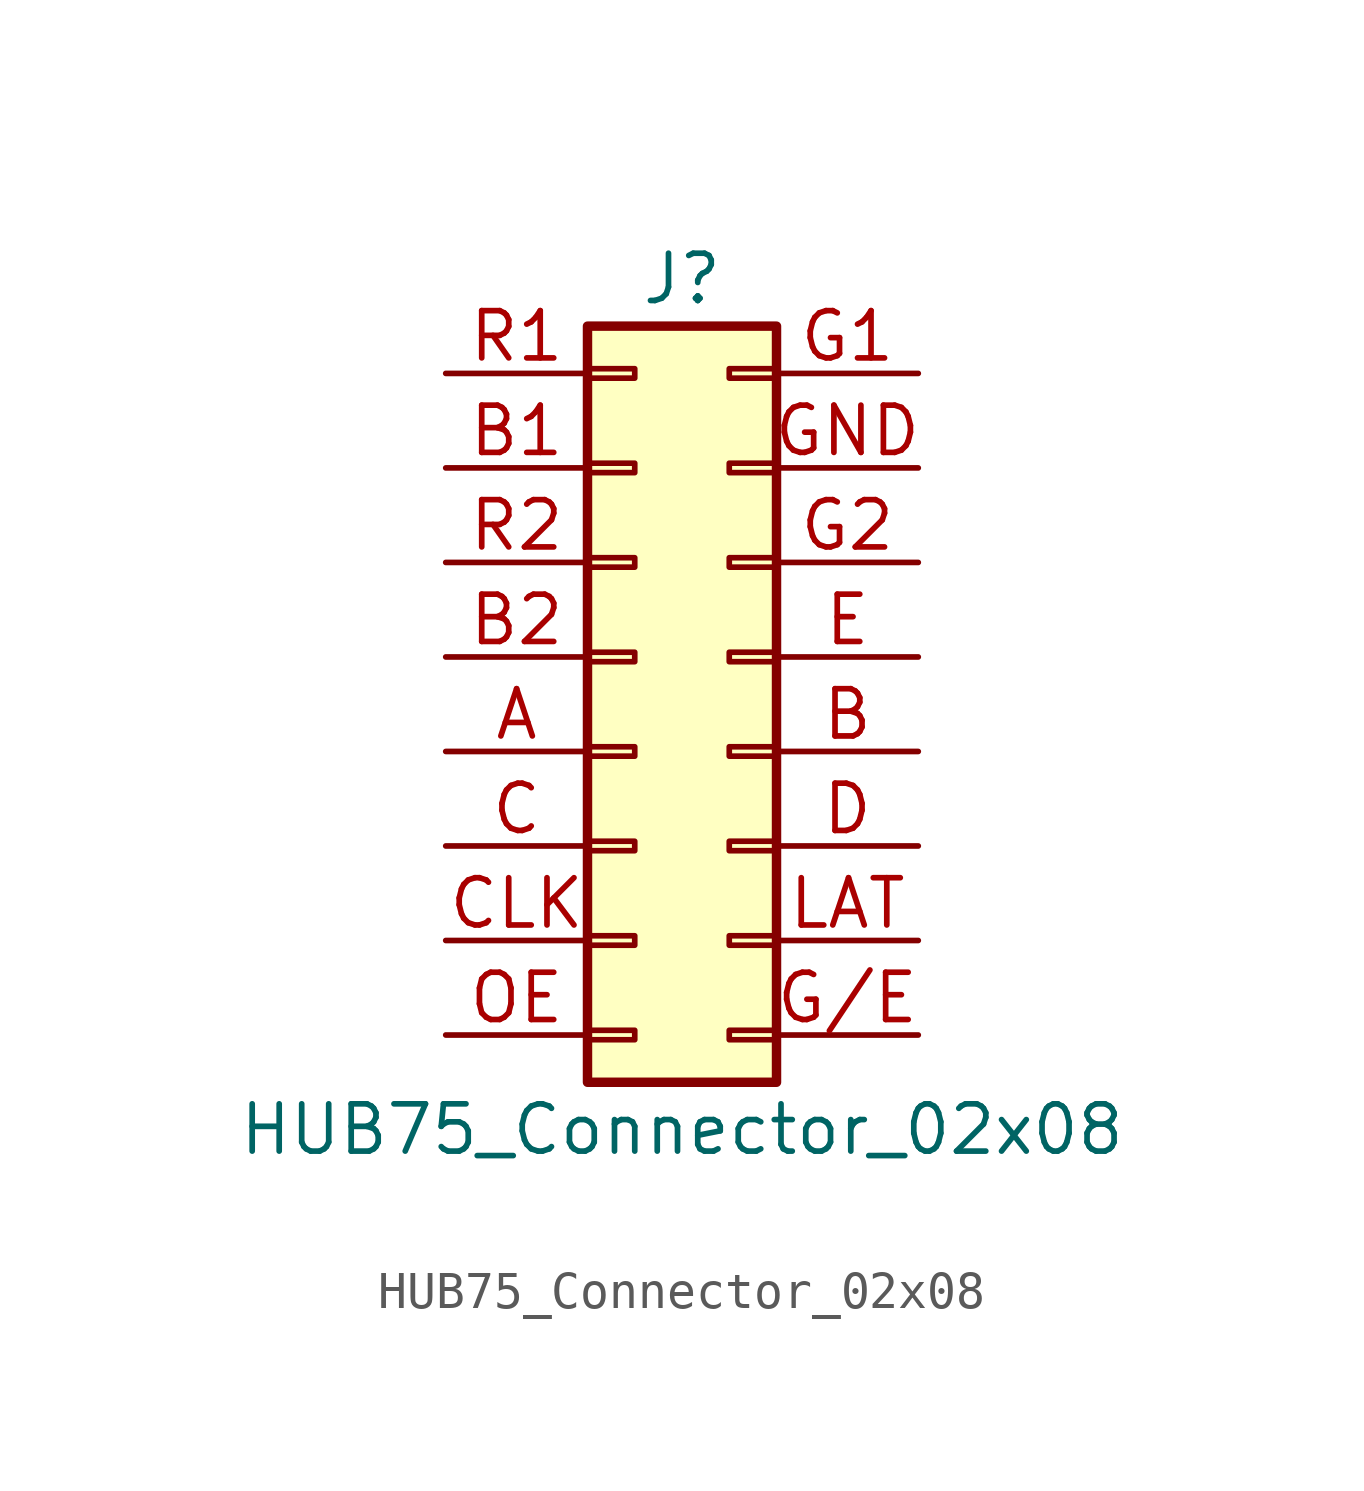
<source format=kicad_sym>
(kicad_symbol_lib
  (version 20231120)
  (generator "kicad_symbol_editor")
  (generator_version "8.0")
  (symbol "HUB75_Connector_02x08"
    (pin_names
      (offset 1.016) hide)
    (property "Reference" "J"
      (at 1.27 10.16 0)
      (effects (font (size 1.27 1.27))))
    (property "Value" "HUB75_Connector_02x08"
      (at 1.27 -12.7 0)
      (effects (font (size 1.27 1.27))))
    (symbol "HUB75_Connector_02x08_1_1"
      (rectangle (start -1.27 -10.033) (end 0 -10.287) (stroke (width 0.152) (type default)) (fill (type none)))
      (rectangle (start -1.27 -7.493) (end 0 -7.747) (stroke (width 0.152) (type default)) (fill (type none)))
      (rectangle (start -1.27 -4.953) (end 0 -5.207) (stroke (width 0.152) (type default)) (fill (type none)))
      (rectangle (start -1.27 -2.413) (end 0 -2.667) (stroke (width 0.152) (type default)) (fill (type none)))
      (rectangle (start -1.27 0.127) (end 0 -0.127) (stroke (width 0.152) (type default)) (fill (type none)))
      (rectangle (start -1.27 2.667) (end 0 2.413) (stroke (width 0.152) (type default)) (fill (type none)))
      (rectangle (start -1.27 5.207) (end 0 4.953) (stroke (width 0.152) (type default)) (fill (type none)))
      (rectangle (start -1.27 7.747) (end 0 7.493) (stroke (width 0.152) (type default)) (fill (type none)))
      (rectangle (start -1.27 8.89) (end 3.81 -11.43) (stroke (width 0.254) (type default)) (fill (type background)))
      (rectangle (start 3.81 -10.033) (end 2.54 -10.287) (stroke (width 0.152) (type default)) (fill (type none)))
      (rectangle (start 3.81 -7.493) (end 2.54 -7.747) (stroke (width 0.152) (type default)) (fill (type none)))
      (rectangle (start 3.81 -4.953) (end 2.54 -5.207) (stroke (width 0.152) (type default)) (fill (type none)))
      (rectangle (start 3.81 -2.413) (end 2.54 -2.667) (stroke (width 0.152) (type default)) (fill (type none)))
      (rectangle (start 3.81 0.127) (end 2.54 -0.127) (stroke (width 0.152) (type default)) (fill (type none)))
      (rectangle (start 3.81 2.667) (end 2.54 2.413) (stroke (width 0.152) (type default)) (fill (type none)))
      (rectangle (start 3.81 5.207) (end 2.54 4.953) (stroke (width 0.152) (type default)) (fill (type none)))
      (rectangle (start 3.81 7.747) (end 2.54 7.493) (stroke (width 0.152) (type default)) (fill (type none)))
      (pin passive line (at -5.08 -2.54 0) (length 3.81) (name "Pin_9" (effects (font (size 1.27 1.27)))) (number "A" (effects (font (size 1.27 1.27)))))
      (pin passive line (at 7.62 -2.54 180) (length 3.81) (name "Pin_10" (effects (font (size 1.27 1.27)))) (number "B" (effects (font (size 1.27 1.27)))))
      (pin passive line (at -5.08 5.08 0) (length 3.81) (name "Pin_3" (effects (font (size 1.27 1.27)))) (number "B1" (effects (font (size 1.27 1.27)))))
      (pin passive line (at -5.08 0 0) (length 3.81) (name "Pin_7" (effects (font (size 1.27 1.27)))) (number "B2" (effects (font (size 1.27 1.27)))))
      (pin passive line (at -5.08 -5.08 0) (length 3.81) (name "Pin_11" (effects (font (size 1.27 1.27)))) (number "C" (effects (font (size 1.27 1.27)))))
      (pin passive line (at -5.08 -7.62 0) (length 3.81) (name "Pin_13" (effects (font (size 1.27 1.27)))) (number "CLK" (effects (font (size 1.27 1.27)))))
      (pin passive line (at 7.62 -5.08 180) (length 3.81) (name "Pin_12" (effects (font (size 1.27 1.27)))) (number "D" (effects (font (size 1.27 1.27)))))
      (pin passive line (at 7.62 0 180) (length 3.81) (name "Pin_8" (effects (font (size 1.27 1.27)))) (number "E" (effects (font (size 1.27 1.27)))))
      (pin passive line (at 7.62 -10.16 180) (length 3.81) (name "Pin_16" (effects (font (size 1.27 1.27)))) (number "G/E" (effects (font (size 1.27 1.27)))))
      (pin passive line (at 7.62 7.62 180) (length 3.81) (name "Pin_2" (effects (font (size 1.27 1.27)))) (number "G1" (effects (font (size 1.27 1.27)))))
      (pin passive line (at 7.62 2.54 180) (length 3.81) (name "Pin_6" (effects (font (size 1.27 1.27)))) (number "G2" (effects (font (size 1.27 1.27)))))
      (pin passive line (at 7.62 5.08 180) (length 3.81) (name "Pin_4" (effects (font (size 1.27 1.27)))) (number "GND" (effects (font (size 1.27 1.27)))))
      (pin passive line (at 7.62 -7.62 180) (length 3.81) (name "Pin_14" (effects (font (size 1.27 1.27)))) (number "LAT" (effects (font (size 1.27 1.27)))))
      (pin passive line (at -5.08 -10.16 0) (length 3.81) (name "Pin_15" (effects (font (size 1.27 1.27)))) (number "OE" (effects (font (size 1.27 1.27)))))
      (pin passive line (at -5.08 7.62 0) (length 3.81) (name "Pin_1" (effects (font (size 1.27 1.27)))) (number "R1" (effects (font (size 1.27 1.27)))))
      (pin passive line (at -5.08 2.54 0) (length 3.81) (name "Pin_5" (effects (font (size 1.27 1.27)))) (number "R2" (effects (font (size 1.27 1.27))))))))
</source>
